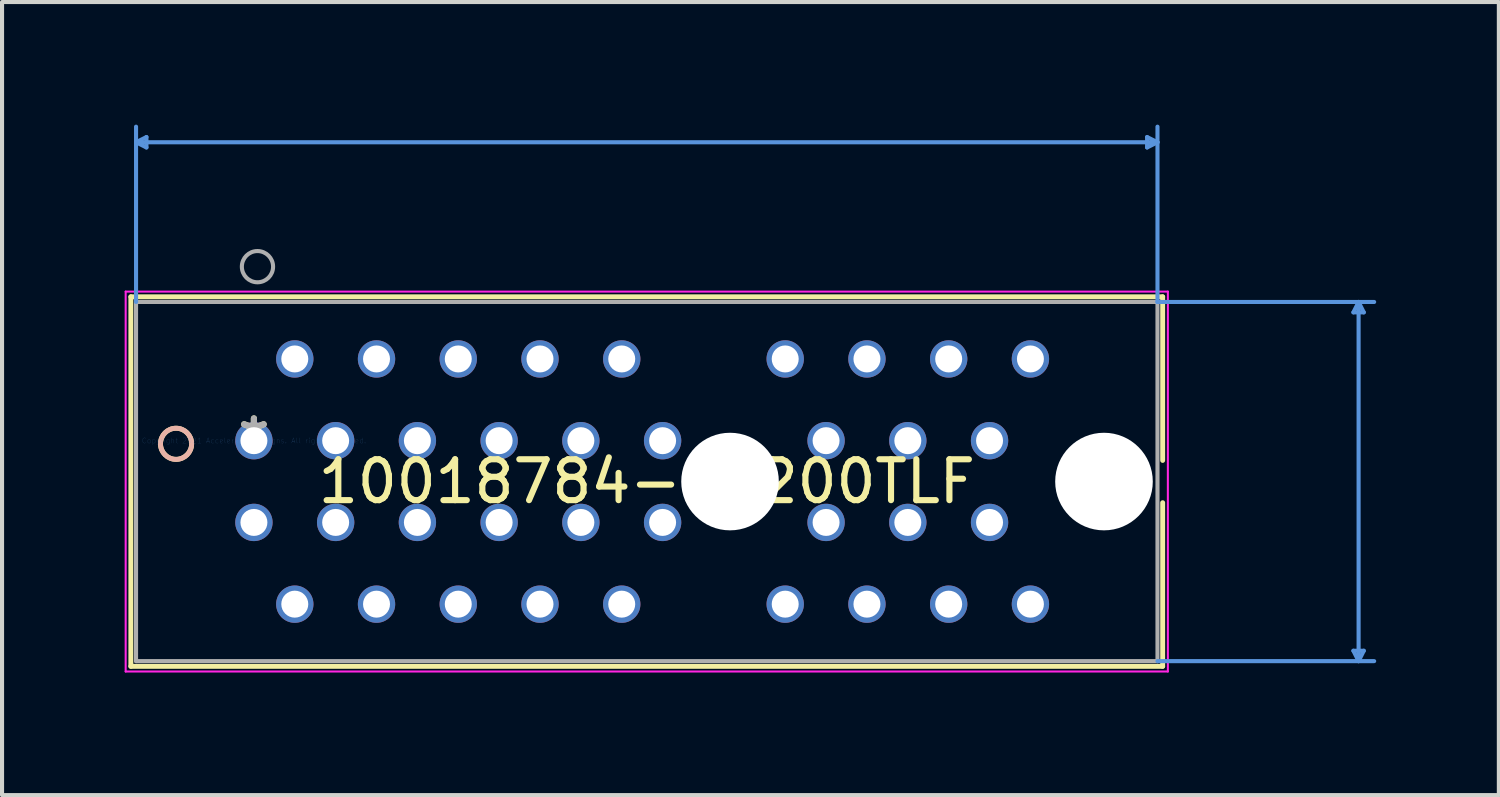
<source format=kicad_pcb>
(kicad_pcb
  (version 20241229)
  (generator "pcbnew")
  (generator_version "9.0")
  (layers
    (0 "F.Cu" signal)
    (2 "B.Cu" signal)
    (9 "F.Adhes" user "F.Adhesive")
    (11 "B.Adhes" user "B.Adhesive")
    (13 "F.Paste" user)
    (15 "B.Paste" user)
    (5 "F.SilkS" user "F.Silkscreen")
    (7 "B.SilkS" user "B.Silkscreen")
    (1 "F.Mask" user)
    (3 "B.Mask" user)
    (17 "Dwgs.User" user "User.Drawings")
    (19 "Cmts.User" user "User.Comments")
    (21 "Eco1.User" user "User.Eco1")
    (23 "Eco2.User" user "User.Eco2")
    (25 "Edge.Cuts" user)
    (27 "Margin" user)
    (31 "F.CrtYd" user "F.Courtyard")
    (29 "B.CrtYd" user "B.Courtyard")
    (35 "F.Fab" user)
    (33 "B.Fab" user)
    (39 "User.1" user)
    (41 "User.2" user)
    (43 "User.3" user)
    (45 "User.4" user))
  (footprint "10018784-10200TLF"
    (layer "F.Cu")
    (at 3.163 7.733)
    (property "Reference" "10018784-10200TLF" (at 9.613 1 0) (layer "F.SilkS") (effects (font (size 1 1) (thickness 0.15))))
    (attr through_hole)
    (fp_line (start -3.011 -3.521) (end 22.236 -3.521) (stroke (width 0.12) (type solid)) (layer "F.SilkS"))
    (fp_line (start -3.011 5.521) (end -3.011 -3.521) (stroke (width 0.12) (type solid)) (layer "F.SilkS"))
    (fp_line (start 22.236 -3.521) (end 22.236 0.483) (stroke (width 0.12) (type solid)) (layer "F.SilkS"))
    (fp_line (start 22.236 1.517) (end 22.236 5.521) (stroke (width 0.12) (type solid)) (layer "F.SilkS"))
    (fp_line (start 22.236 5.521) (end -3.011 5.521) (stroke (width 0.12) (type solid)) (layer "F.SilkS"))
    (fp_circle (center -1.905 0.076) (end -1.524 0.076) (stroke (width 0.12) (type solid)) (fill no) (layer "F.SilkS"))
    (fp_circle (center -1.905 0.076) (end -1.524 0.076) (stroke (width 0.12) (type solid)) (fill no) (layer "B.SilkS"))
    (fp_line (start -2.884 -7.302) (end 22.109 -7.302) (stroke (width 0.1) (type solid)) (layer "Cmts.User"))
    (fp_line (start -2.884 -3.394) (end -2.884 -7.683) (stroke (width 0.1) (type solid)) (layer "Cmts.User"))
    (fp_line (start -2.63 -7.175) (end -2.884 -7.302) (stroke (width 0.1) (type solid)) (layer "Cmts.User"))
    (fp_line (start -2.63 -7.175) (end -2.63 -7.429) (stroke (width 0.1) (type solid)) (layer "Cmts.User"))
    (fp_line (start -2.63 -7.429) (end -2.884 -7.302) (stroke (width 0.1) (type solid)) (layer "Cmts.User"))
    (fp_line (start 21.855 -7.175) (end 22.109 -7.302) (stroke (width 0.1) (type solid)) (layer "Cmts.User"))
    (fp_line (start 21.855 -7.429) (end 21.855 -7.175) (stroke (width 0.1) (type solid)) (layer "Cmts.User"))
    (fp_line (start 21.855 -7.429) (end 22.109 -7.302) (stroke (width 0.1) (type solid)) (layer "Cmts.User"))
    (fp_line (start 22.109 -3.394) (end 22.109 -7.683) (stroke (width 0.1) (type solid)) (layer "Cmts.User"))
    (fp_line (start 22.109 -3.394) (end 27.411 -3.394) (stroke (width 0.1) (type solid)) (layer "Cmts.User"))
    (fp_line (start 22.109 5.394) (end 27.411 5.394) (stroke (width 0.1) (type solid)) (layer "Cmts.User"))
    (fp_line (start 26.903 5.14) (end 27.03 5.394) (stroke (width 0.1) (type solid)) (layer "Cmts.User"))
    (fp_line (start 26.903 -3.14) (end 27.03 -3.394) (stroke (width 0.1) (type solid)) (layer "Cmts.User"))
    (fp_line (start 26.903 -3.14) (end 27.157 -3.14) (stroke (width 0.1) (type solid)) (layer "Cmts.User"))
    (fp_line (start 27.03 -3.394) (end 27.03 5.394) (stroke (width 0.1) (type solid)) (layer "Cmts.User"))
    (fp_line (start 27.157 5.14) (end 26.903 5.14) (stroke (width 0.1) (type solid)) (layer "Cmts.User"))
    (fp_line (start 27.157 5.14) (end 27.03 5.394) (stroke (width 0.1) (type solid)) (layer "Cmts.User"))
    (fp_line (start 27.157 -3.14) (end 27.03 -3.394) (stroke (width 0.1) (type solid)) (layer "Cmts.User"))
    (fp_line (start -3.138 -3.648) (end -3.138 5.648) (stroke (width 0.05) (type solid)) (layer "F.CrtYd"))
    (fp_line (start -3.138 5.648) (end 22.363 5.648) (stroke (width 0.05) (type solid)) (layer "F.CrtYd"))
    (fp_line (start 22.363 -3.648) (end -3.138 -3.648) (stroke (width 0.05) (type solid)) (layer "F.CrtYd"))
    (fp_line (start 22.363 5.648) (end 22.363 -3.648) (stroke (width 0.05) (type solid)) (layer "F.CrtYd"))
    (fp_line (start -2.884 -3.394) (end -2.884 5.394) (stroke (width 0.1) (type solid)) (layer "F.Fab"))
    (fp_line (start -2.884 5.394) (end 22.109 5.394) (stroke (width 0.1) (type solid)) (layer "F.Fab"))
    (fp_line (start 22.109 -3.394) (end -2.884 -3.394) (stroke (width 0.1) (type solid)) (layer "F.Fab"))
    (fp_line (start 22.109 5.394) (end 22.109 -3.394) (stroke (width 0.1) (type solid)) (layer "F.Fab"))
    (fp_circle (center 0.087 -4.258) (end 0.469 -4.258) (stroke (width 0.1) (type solid)) (fill no) (layer "F.Fab"))
    (fp_text user "*" (at 0 0 0) (layer "F.SilkS") (effects (font (size 1 1) (thickness 0.15))))
    (fp_text user "Copyright 2021 Accelerated Designs. All rights reserved." (at 0 0 0) (layer "Cmts.User") (effects (font (size 0.127 0.127) (thickness 0.002))))
    (fp_text user "*" (at 0 0 0) (layer "F.Fab") (effects (font (size 1 1) (thickness 0.15))))
    (pad "" np_thru_hole circle (at 11.65 1) (size 2.388 2.388) (drill 2.388) (layers "*.Cu" "*.Mask"))
    (pad "" np_thru_hole circle (at 20.8 1 90) (size 2.388 2.388) (drill 2.388) (layers "*.Cu" "*.Mask"))
    (pad "A1" thru_hole circle (at 0 0) (size 0.914 0.914) (drill 0.66) (layers "*.Cu" "*.Mask"))
    (pad "A2" thru_hole circle (at 1 -2) (size 0.914 0.914) (drill 0.66) (layers "*.Cu" "*.Mask"))
    (pad "A3" thru_hole circle (at 2 0) (size 0.914 0.914) (drill 0.66) (layers "*.Cu" "*.Mask"))
    (pad "A4" thru_hole circle (at 3 -2) (size 0.914 0.914) (drill 0.66) (layers "*.Cu" "*.Mask"))
    (pad "A5" thru_hole circle (at 4 0) (size 0.914 0.914) (drill 0.66) (layers "*.Cu" "*.Mask"))
    (pad "A6" thru_hole circle (at 5 -2) (size 0.914 0.914) (drill 0.66) (layers "*.Cu" "*.Mask"))
    (pad "A7" thru_hole circle (at 6 0) (size 0.914 0.914) (drill 0.66) (layers "*.Cu" "*.Mask"))
    (pad "A8" thru_hole circle (at 7 -2) (size 0.914 0.914) (drill 0.66) (layers "*.Cu" "*.Mask"))
    (pad "A9" thru_hole circle (at 8 0) (size 0.914 0.914) (drill 0.66) (layers "*.Cu" "*.Mask"))
    (pad "A10" thru_hole circle (at 9 -2) (size 0.914 0.914) (drill 0.66) (layers "*.Cu" "*.Mask"))
    (pad "A11" thru_hole circle (at 10 0) (size 0.914 0.914) (drill 0.66) (layers "*.Cu" "*.Mask"))
    (pad "A12" thru_hole circle (at 13 -2) (size 0.914 0.914) (drill 0.66) (layers "*.Cu" "*.Mask"))
    (pad "A13" thru_hole circle (at 14 0) (size 0.914 0.914) (drill 0.66) (layers "*.Cu" "*.Mask"))
    (pad "A14" thru_hole circle (at 15 -2) (size 0.914 0.914) (drill 0.66) (layers "*.Cu" "*.Mask"))
    (pad "A15" thru_hole circle (at 16 0) (size 0.914 0.914) (drill 0.66) (layers "*.Cu" "*.Mask"))
    (pad "A16" thru_hole circle (at 17 -2) (size 0.914 0.914) (drill 0.66) (layers "*.Cu" "*.Mask"))
    (pad "A17" thru_hole circle (at 18 0) (size 0.914 0.914) (drill 0.66) (layers "*.Cu" "*.Mask"))
    (pad "A18" thru_hole circle (at 19 -2) (size 0.914 0.914) (drill 0.66) (layers "*.Cu" "*.Mask"))
    (pad "B1" thru_hole circle (at -0.000001 2) (size 0.914 0.914) (drill 0.66) (layers "*.Cu" "*.Mask"))
    (pad "B2" thru_hole circle (at 1 4) (size 0.914 0.914) (drill 0.66) (layers "*.Cu" "*.Mask"))
    (pad "B3" thru_hole circle (at 2 2) (size 0.914 0.914) (drill 0.66) (layers "*.Cu" "*.Mask"))
    (pad "B4" thru_hole circle (at 3 4) (size 0.914 0.914) (drill 0.66) (layers "*.Cu" "*.Mask"))
    (pad "B5" thru_hole circle (at 4 2) (size 0.914 0.914) (drill 0.66) (layers "*.Cu" "*.Mask"))
    (pad "B6" thru_hole circle (at 5 4) (size 0.914 0.914) (drill 0.66) (layers "*.Cu" "*.Mask"))
    (pad "B7" thru_hole circle (at 6 2) (size 0.914 0.914) (drill 0.66) (layers "*.Cu" "*.Mask"))
    (pad "B8" thru_hole circle (at 7 4) (size 0.914 0.914) (drill 0.66) (layers "*.Cu" "*.Mask"))
    (pad "B9" thru_hole circle (at 8 2) (size 0.914 0.914) (drill 0.66) (layers "*.Cu" "*.Mask"))
    (pad "B10" thru_hole circle (at 9 4) (size 0.914 0.914) (drill 0.66) (layers "*.Cu" "*.Mask"))
    (pad "B11" thru_hole circle (at 10 2) (size 0.914 0.914) (drill 0.66) (layers "*.Cu" "*.Mask"))
    (pad "B12" thru_hole circle (at 13 4) (size 0.914 0.914) (drill 0.66) (layers "*.Cu" "*.Mask"))
    (pad "B13" thru_hole circle (at 14 2) (size 0.914 0.914) (drill 0.66) (layers "*.Cu" "*.Mask"))
    (pad "B14" thru_hole circle (at 15 4) (size 0.914 0.914) (drill 0.66) (layers "*.Cu" "*.Mask"))
    (pad "B15" thru_hole circle (at 16 2) (size 0.914 0.914) (drill 0.66) (layers "*.Cu" "*.Mask"))
    (pad "B16" thru_hole circle (at 17 4) (size 0.914 0.914) (drill 0.66) (layers "*.Cu" "*.Mask"))
    (pad "B17" thru_hole circle (at 18 2) (size 0.914 0.914) (drill 0.66) (layers "*.Cu" "*.Mask"))
    (pad "B18" thru_hole circle (at 19 4) (size 0.914 0.914) (drill 0.66) (layers "*.Cu" "*.Mask")))
  (gr_rect
    (start -3 -3)
    (end 33.625 16.406)
    (stroke (width 0.1) (type default))
    (fill no)
    (layer "Edge.Cuts")))
</source>
